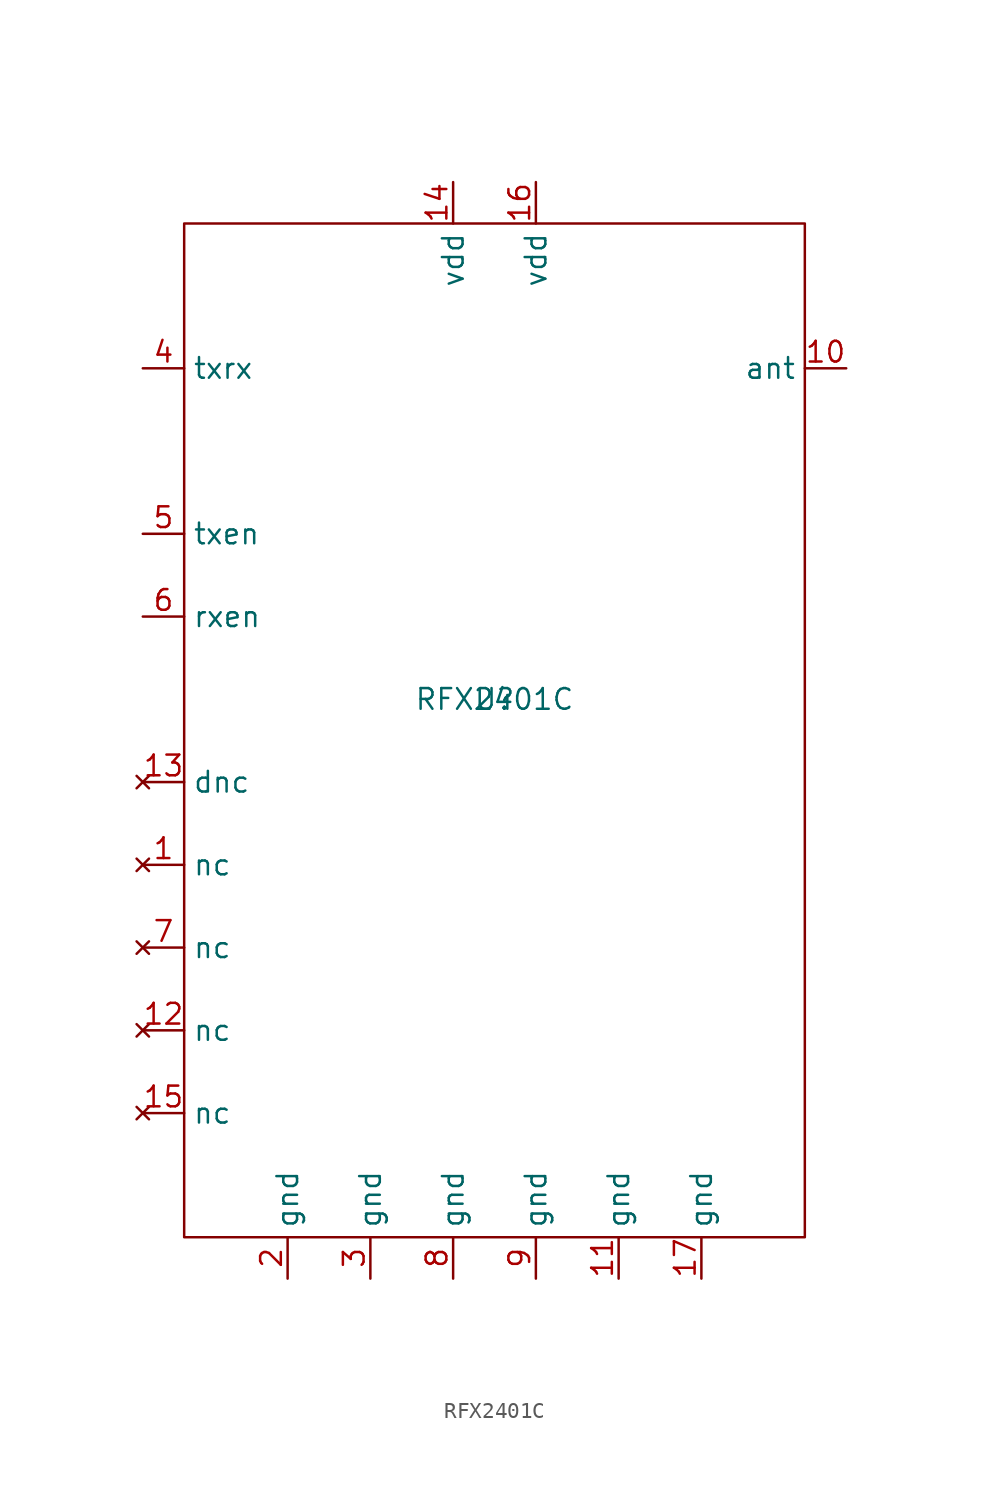
<source format=kicad_sym>
(kicad_symbol_lib
  (version 20241209)
  (generator "kicad_symbol_editor")
  (generator_version "9.0")
  (symbol "RFX2401C"
    (property "Reference" "U"
      (at 0 0 0)
      (effects (font (size 1.27 1.27))))
    (property "Value" "RFX2401C"
      (at 0 0 0)
      (effects (font (size 1.27 1.27))))
    (symbol "RFX2401C_0_1"
      (rectangle (start -19.05 29.21) (end 19.05 -33.02) (stroke (width 0) (type default)) (fill (type none))))
    (symbol "RFX2401C_1_1"
      (pin bidirectional line (at -21.59 20.32 0) (length 2.54) (name "txrx" (effects (font (size 1.27 1.27)))) (number "4" (effects (font (size 1.27 1.27)))))
      (pin input line (at -21.59 10.16 0) (length 2.54) (name "txen" (effects (font (size 1.27 1.27)))) (number "5" (effects (font (size 1.27 1.27)))))
      (pin input line (at -21.59 5.08 0) (length 2.54) (name "rxen" (effects (font (size 1.27 1.27)))) (number "6" (effects (font (size 1.27 1.27)))))
      (pin no_connect line (at -21.59 -5.08 0) (length 2.54) (name "dnc" (effects (font (size 1.27 1.27)))) (number "13" (effects (font (size 1.27 1.27)))))
      (pin no_connect line (at -21.59 -10.16 0) (length 2.54) (name "nc" (effects (font (size 1.27 1.27)))) (number "1" (effects (font (size 1.27 1.27)))))
      (pin no_connect line (at -21.59 -15.24 0) (length 2.54) (name "nc" (effects (font (size 1.27 1.27)))) (number "7" (effects (font (size 1.27 1.27)))))
      (pin no_connect line (at -21.59 -20.32 0) (length 2.54) (name "nc" (effects (font (size 1.27 1.27)))) (number "12" (effects (font (size 1.27 1.27)))))
      (pin no_connect line (at -21.59 -25.4 0) (length 2.54) (name "nc" (effects (font (size 1.27 1.27)))) (number "15" (effects (font (size 1.27 1.27)))))
      (pin passive line (at -12.7 -35.56 90) (length 2.54) (name "gnd" (effects (font (size 1.27 1.27)))) (number "2" (effects (font (size 1.27 1.27)))))
      (pin passive line (at -7.62 -35.56 90) (length 2.54) (name "gnd" (effects (font (size 1.27 1.27)))) (number "3" (effects (font (size 1.27 1.27)))))
      (pin passive line (at -2.54 31.75 270) (length 2.54) (name "vdd" (effects (font (size 1.27 1.27)))) (number "14" (effects (font (size 1.27 1.27)))))
      (pin passive line (at -2.54 -35.56 90) (length 2.54) (name "gnd" (effects (font (size 1.27 1.27)))) (number "8" (effects (font (size 1.27 1.27)))))
      (pin power_in line (at 2.54 31.75 270) (length 2.54) (name "vdd" (effects (font (size 1.27 1.27)))) (number "16" (effects (font (size 1.27 1.27)))))
      (pin passive line (at 2.54 -35.56 90) (length 2.54) (name "gnd" (effects (font (size 1.27 1.27)))) (number "9" (effects (font (size 1.27 1.27)))))
      (pin passive line (at 7.62 -35.56 90) (length 2.54) (name "gnd" (effects (font (size 1.27 1.27)))) (number "11" (effects (font (size 1.27 1.27)))))
      (pin passive line (at 12.7 -35.56 90) (length 2.54) (name "gnd" (effects (font (size 1.27 1.27)))) (number "17" (effects (font (size 1.27 1.27)))))
      (pin bidirectional line (at 21.59 20.32 180) (length 2.54) (name "ant" (effects (font (size 1.27 1.27)))) (number "10" (effects (font (size 1.27 1.27))))))))
</source>
